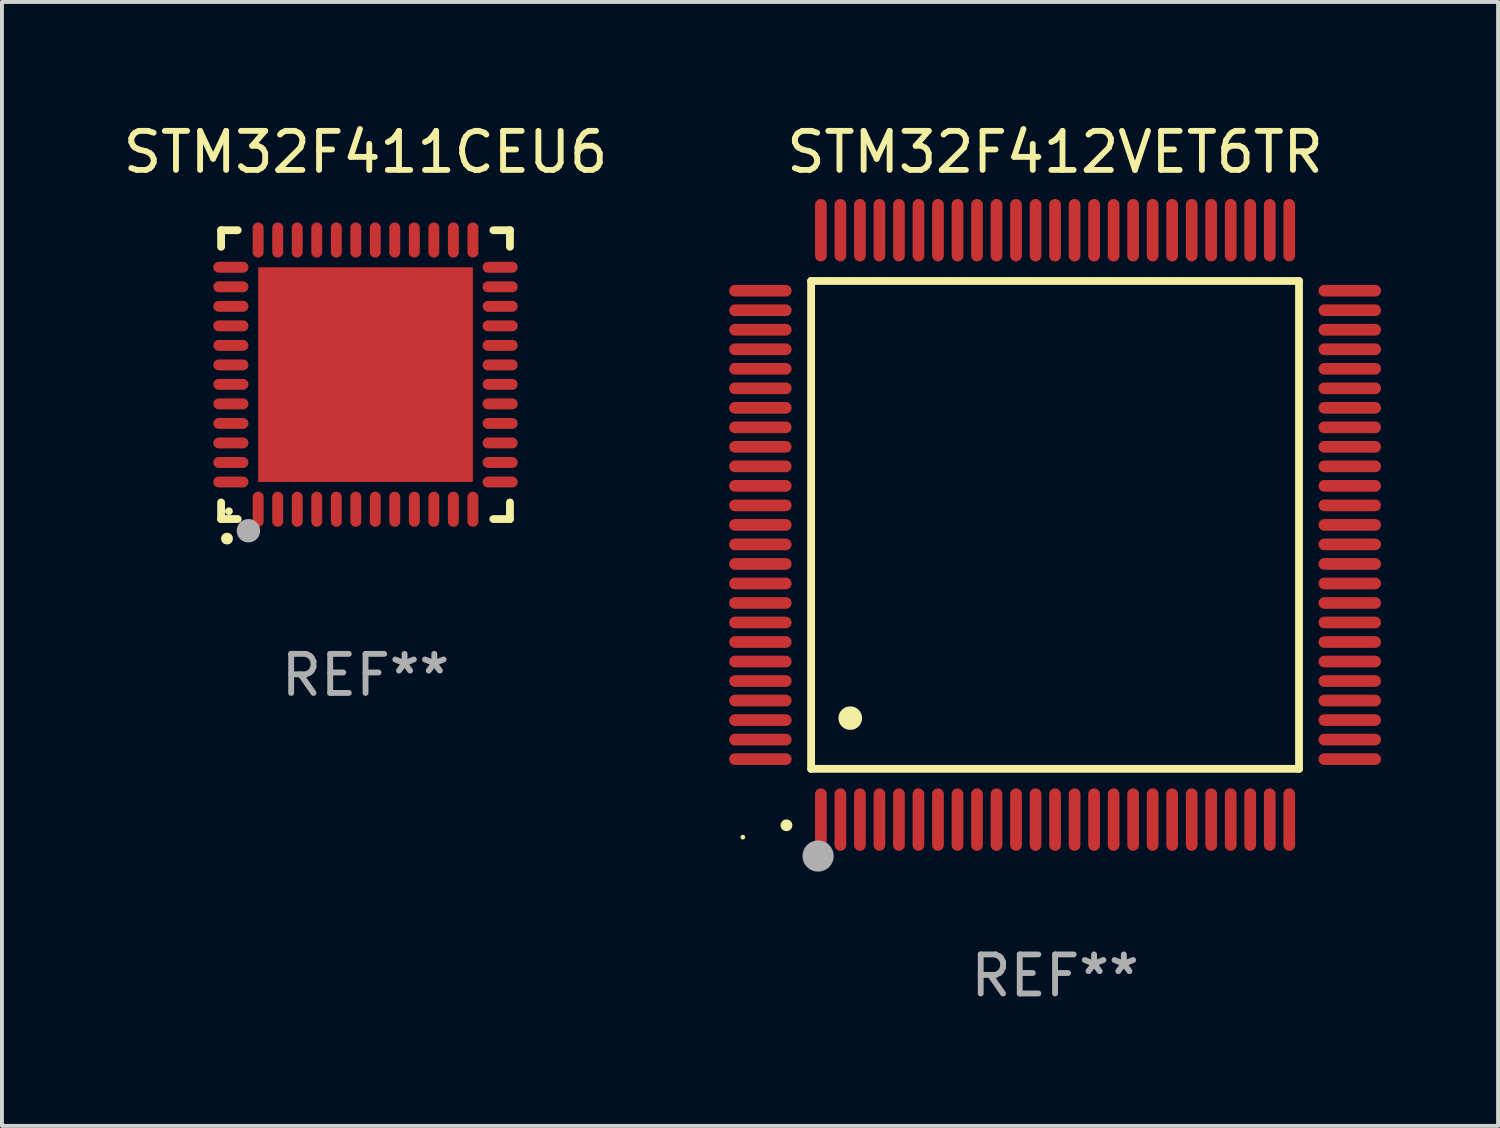
<source format=kicad_pcb>
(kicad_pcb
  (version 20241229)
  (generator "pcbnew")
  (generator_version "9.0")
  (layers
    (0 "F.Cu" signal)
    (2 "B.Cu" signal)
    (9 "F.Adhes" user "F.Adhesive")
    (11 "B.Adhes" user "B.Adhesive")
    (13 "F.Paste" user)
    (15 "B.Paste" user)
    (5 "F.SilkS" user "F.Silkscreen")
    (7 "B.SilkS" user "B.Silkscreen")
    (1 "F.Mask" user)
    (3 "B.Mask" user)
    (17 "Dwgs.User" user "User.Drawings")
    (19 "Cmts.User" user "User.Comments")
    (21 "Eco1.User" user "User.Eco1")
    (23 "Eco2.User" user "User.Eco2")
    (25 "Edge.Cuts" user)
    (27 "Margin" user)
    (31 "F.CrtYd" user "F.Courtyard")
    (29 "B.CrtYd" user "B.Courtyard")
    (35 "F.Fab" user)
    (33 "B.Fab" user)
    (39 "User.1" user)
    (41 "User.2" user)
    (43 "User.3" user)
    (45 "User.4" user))
  (footprint "STM32F412VET6TR"
    (layer "F.Cu")
    (at 23.981 10.398)
    (property "Reference" "STM32F412VET6TR" (at 0 -9.55 0) (layer "F.SilkS") (effects (font (size 1 1) (thickness 0.15))))
    (attr through_hole)
    (fp_line (start -6.25 -6.25) (end -6.25 6.25) (stroke (width 0.2) (type solid)) (layer "F.SilkS"))
    (fp_line (start -6.25 6.25) (end 6.25 6.25) (stroke (width 0.2) (type solid)) (layer "F.SilkS"))
    (fp_line (start 6.25 -6.25) (end -6.25 -6.25) (stroke (width 0.2) (type solid)) (layer "F.SilkS"))
    (fp_line (start 6.25 6.25) (end 6.25 -6.25) (stroke (width 0.2) (type solid)) (layer "F.SilkS"))
    (fp_arc (start -6.883414 7.696215) (mid -6.882144 7.69621) (end -6.880874 7.696215) (stroke (width 0.3) (type solid)) (layer "F.SilkS"))
    (fp_arc (start -5.250191 4.95047) (mid -5.247651 4.950459) (end -5.245111 4.95047) (stroke (width 0.6) (type solid)) (layer "F.SilkS"))
    (fp_circle (center -8 8) (end -7.97 8) (stroke (width 0.06) (type solid)) (fill no) (layer "F.SilkS"))
    (fp_circle (center -6.071 8.484) (end -5.871 8.484) (stroke (width 0.4) (type solid)) (fill no) (layer "F.Fab"))
    (fp_text user "REF**" (at 0 11.55 0) (layer "F.Fab") (effects (font (size 1 1) (thickness 0.15))))
    (pad "1" smd oval (at -6 7.55) (size 0.3 1.6) (layers "F.Cu" "F.Mask" "F.Paste"))
    (pad "2" smd oval (at -5.5 7.55) (size 0.3 1.6) (layers "F.Cu" "F.Mask" "F.Paste"))
    (pad "3" smd oval (at -5 7.55) (size 0.3 1.6) (layers "F.Cu" "F.Mask" "F.Paste"))
    (pad "4" smd oval (at -4.5 7.55) (size 0.3 1.6) (layers "F.Cu" "F.Mask" "F.Paste"))
    (pad "5" smd oval (at -4 7.55) (size 0.3 1.6) (layers "F.Cu" "F.Mask" "F.Paste"))
    (pad "6" smd oval (at -3.5 7.55) (size 0.3 1.6) (layers "F.Cu" "F.Mask" "F.Paste"))
    (pad "7" smd oval (at -3 7.55) (size 0.3 1.6) (layers "F.Cu" "F.Mask" "F.Paste"))
    (pad "8" smd oval (at -2.5 7.55) (size 0.3 1.6) (layers "F.Cu" "F.Mask" "F.Paste"))
    (pad "9" smd oval (at -2 7.55) (size 0.3 1.6) (layers "F.Cu" "F.Mask" "F.Paste"))
    (pad "10" smd oval (at -1.5 7.55) (size 0.3 1.6) (layers "F.Cu" "F.Mask" "F.Paste"))
    (pad "11" smd oval (at -1 7.55) (size 0.3 1.6) (layers "F.Cu" "F.Mask" "F.Paste"))
    (pad "12" smd oval (at -0.5 7.55) (size 0.3 1.6) (layers "F.Cu" "F.Mask" "F.Paste"))
    (pad "13" smd oval (at 0 7.55) (size 0.3 1.6) (layers "F.Cu" "F.Mask" "F.Paste"))
    (pad "14" smd oval (at 0.5 7.55) (size 0.3 1.6) (layers "F.Cu" "F.Mask" "F.Paste"))
    (pad "15" smd oval (at 1 7.55) (size 0.3 1.6) (layers "F.Cu" "F.Mask" "F.Paste"))
    (pad "16" smd oval (at 1.5 7.55) (size 0.3 1.6) (layers "F.Cu" "F.Mask" "F.Paste"))
    (pad "17" smd oval (at 2 7.55) (size 0.3 1.6) (layers "F.Cu" "F.Mask" "F.Paste"))
    (pad "18" smd oval (at 2.5 7.55) (size 0.3 1.6) (layers "F.Cu" "F.Mask" "F.Paste"))
    (pad "19" smd oval (at 3 7.55) (size 0.3 1.6) (layers "F.Cu" "F.Mask" "F.Paste"))
    (pad "20" smd oval (at 3.5 7.55) (size 0.3 1.6) (layers "F.Cu" "F.Mask" "F.Paste"))
    (pad "21" smd oval (at 4 7.55) (size 0.3 1.6) (layers "F.Cu" "F.Mask" "F.Paste"))
    (pad "22" smd oval (at 4.5 7.55) (size 0.3 1.6) (layers "F.Cu" "F.Mask" "F.Paste"))
    (pad "23" smd oval (at 5 7.55) (size 0.3 1.6) (layers "F.Cu" "F.Mask" "F.Paste"))
    (pad "24" smd oval (at 5.5 7.55) (size 0.3 1.6) (layers "F.Cu" "F.Mask" "F.Paste"))
    (pad "25" smd oval (at 6 7.55) (size 0.3 1.6) (layers "F.Cu" "F.Mask" "F.Paste"))
    (pad "26" smd oval (at 7.55 6) (size 1.6 0.3) (layers "F.Cu" "F.Mask" "F.Paste"))
    (pad "27" smd oval (at 7.55 5.5) (size 1.6 0.3) (layers "F.Cu" "F.Mask" "F.Paste"))
    (pad "28" smd oval (at 7.55 5) (size 1.6 0.3) (layers "F.Cu" "F.Mask" "F.Paste"))
    (pad "29" smd oval (at 7.55 4.5) (size 1.6 0.3) (layers "F.Cu" "F.Mask" "F.Paste"))
    (pad "30" smd oval (at 7.55 4) (size 1.6 0.3) (layers "F.Cu" "F.Mask" "F.Paste"))
    (pad "31" smd oval (at 7.55 3.5) (size 1.6 0.3) (layers "F.Cu" "F.Mask" "F.Paste"))
    (pad "32" smd oval (at 7.55 3) (size 1.6 0.3) (layers "F.Cu" "F.Mask" "F.Paste"))
    (pad "33" smd oval (at 7.55 2.5) (size 1.6 0.3) (layers "F.Cu" "F.Mask" "F.Paste"))
    (pad "34" smd oval (at 7.55 2) (size 1.6 0.3) (layers "F.Cu" "F.Mask" "F.Paste"))
    (pad "35" smd oval (at 7.55 1.5) (size 1.6 0.3) (layers "F.Cu" "F.Mask" "F.Paste"))
    (pad "36" smd oval (at 7.55 1) (size 1.6 0.3) (layers "F.Cu" "F.Mask" "F.Paste"))
    (pad "37" smd oval (at 7.55 0.5) (size 1.6 0.3) (layers "F.Cu" "F.Mask" "F.Paste"))
    (pad "38" smd oval (at 7.55 0) (size 1.6 0.3) (layers "F.Cu" "F.Mask" "F.Paste"))
    (pad "39" smd oval (at 7.55 -0.5) (size 1.6 0.3) (layers "F.Cu" "F.Mask" "F.Paste"))
    (pad "40" smd oval (at 7.55 -1) (size 1.6 0.3) (layers "F.Cu" "F.Mask" "F.Paste"))
    (pad "41" smd oval (at 7.55 -1.5) (size 1.6 0.3) (layers "F.Cu" "F.Mask" "F.Paste"))
    (pad "42" smd oval (at 7.55 -2) (size 1.6 0.3) (layers "F.Cu" "F.Mask" "F.Paste"))
    (pad "43" smd oval (at 7.55 -2.5) (size 1.6 0.3) (layers "F.Cu" "F.Mask" "F.Paste"))
    (pad "44" smd oval (at 7.55 -3) (size 1.6 0.3) (layers "F.Cu" "F.Mask" "F.Paste"))
    (pad "45" smd oval (at 7.55 -3.5) (size 1.6 0.3) (layers "F.Cu" "F.Mask" "F.Paste"))
    (pad "46" smd oval (at 7.55 -4) (size 1.6 0.3) (layers "F.Cu" "F.Mask" "F.Paste"))
    (pad "47" smd oval (at 7.55 -4.5) (size 1.6 0.3) (layers "F.Cu" "F.Mask" "F.Paste"))
    (pad "48" smd oval (at 7.55 -5) (size 1.6 0.3) (layers "F.Cu" "F.Mask" "F.Paste"))
    (pad "49" smd oval (at 7.55 -5.5) (size 1.6 0.3) (layers "F.Cu" "F.Mask" "F.Paste"))
    (pad "50" smd oval (at 7.55 -6) (size 1.6 0.3) (layers "F.Cu" "F.Mask" "F.Paste"))
    (pad "51" smd oval (at 6 -7.55) (size 0.3 1.6) (layers "F.Cu" "F.Mask" "F.Paste"))
    (pad "52" smd oval (at 5.5 -7.55) (size 0.3 1.6) (layers "F.Cu" "F.Mask" "F.Paste"))
    (pad "53" smd oval (at 5 -7.55) (size 0.3 1.6) (layers "F.Cu" "F.Mask" "F.Paste"))
    (pad "54" smd oval (at 4.5 -7.55) (size 0.3 1.6) (layers "F.Cu" "F.Mask" "F.Paste"))
    (pad "55" smd oval (at 4 -7.55) (size 0.3 1.6) (layers "F.Cu" "F.Mask" "F.Paste"))
    (pad "56" smd oval (at 3.5 -7.55) (size 0.3 1.6) (layers "F.Cu" "F.Mask" "F.Paste"))
    (pad "57" smd oval (at 3 -7.55) (size 0.3 1.6) (layers "F.Cu" "F.Mask" "F.Paste"))
    (pad "58" smd oval (at 2.5 -7.55) (size 0.3 1.6) (layers "F.Cu" "F.Mask" "F.Paste"))
    (pad "59" smd oval (at 2 -7.55) (size 0.3 1.6) (layers "F.Cu" "F.Mask" "F.Paste"))
    (pad "60" smd oval (at 1.5 -7.55) (size 0.3 1.6) (layers "F.Cu" "F.Mask" "F.Paste"))
    (pad "61" smd oval (at 1 -7.55) (size 0.3 1.6) (layers "F.Cu" "F.Mask" "F.Paste"))
    (pad "62" smd oval (at 0.5 -7.55) (size 0.3 1.6) (layers "F.Cu" "F.Mask" "F.Paste"))
    (pad "63" smd oval (at 0 -7.55) (size 0.3 1.6) (layers "F.Cu" "F.Mask" "F.Paste"))
    (pad "64" smd oval (at -0.5 -7.55) (size 0.3 1.6) (layers "F.Cu" "F.Mask" "F.Paste"))
    (pad "65" smd oval (at -1 -7.55) (size 0.3 1.6) (layers "F.Cu" "F.Mask" "F.Paste"))
    (pad "66" smd oval (at -1.5 -7.55) (size 0.3 1.6) (layers "F.Cu" "F.Mask" "F.Paste"))
    (pad "67" smd oval (at -2 -7.55) (size 0.3 1.6) (layers "F.Cu" "F.Mask" "F.Paste"))
    (pad "68" smd oval (at -2.5 -7.55) (size 0.3 1.6) (layers "F.Cu" "F.Mask" "F.Paste"))
    (pad "69" smd oval (at -3 -7.55) (size 0.3 1.6) (layers "F.Cu" "F.Mask" "F.Paste"))
    (pad "70" smd oval (at -3.5 -7.55) (size 0.3 1.6) (layers "F.Cu" "F.Mask" "F.Paste"))
    (pad "71" smd oval (at -4 -7.55) (size 0.3 1.6) (layers "F.Cu" "F.Mask" "F.Paste"))
    (pad "72" smd oval (at -4.5 -7.55) (size 0.3 1.6) (layers "F.Cu" "F.Mask" "F.Paste"))
    (pad "73" smd oval (at -5 -7.55) (size 0.3 1.6) (layers "F.Cu" "F.Mask" "F.Paste"))
    (pad "74" smd oval (at -5.5 -7.55) (size 0.3 1.6) (layers "F.Cu" "F.Mask" "F.Paste"))
    (pad "75" smd oval (at -6 -7.55) (size 0.3 1.6) (layers "F.Cu" "F.Mask" "F.Paste"))
    (pad "76" smd oval (at -7.55 -6) (size 1.6 0.3) (layers "F.Cu" "F.Mask" "F.Paste"))
    (pad "77" smd oval (at -7.55 -5.5) (size 1.6 0.3) (layers "F.Cu" "F.Mask" "F.Paste"))
    (pad "78" smd oval (at -7.55 -5) (size 1.6 0.3) (layers "F.Cu" "F.Mask" "F.Paste"))
    (pad "79" smd oval (at -7.55 -4.5) (size 1.6 0.3) (layers "F.Cu" "F.Mask" "F.Paste"))
    (pad "80" smd oval (at -7.55 -4) (size 1.6 0.3) (layers "F.Cu" "F.Mask" "F.Paste"))
    (pad "81" smd oval (at -7.55 -3.5) (size 1.6 0.3) (layers "F.Cu" "F.Mask" "F.Paste"))
    (pad "82" smd oval (at -7.55 -3) (size 1.6 0.3) (layers "F.Cu" "F.Mask" "F.Paste"))
    (pad "83" smd oval (at -7.55 -2.5) (size 1.6 0.3) (layers "F.Cu" "F.Mask" "F.Paste"))
    (pad "84" smd oval (at -7.55 -2) (size 1.6 0.3) (layers "F.Cu" "F.Mask" "F.Paste"))
    (pad "85" smd oval (at -7.55 -1.5) (size 1.6 0.3) (layers "F.Cu" "F.Mask" "F.Paste"))
    (pad "86" smd oval (at -7.55 -1) (size 1.6 0.3) (layers "F.Cu" "F.Mask" "F.Paste"))
    (pad "87" smd oval (at -7.55 -0.5) (size 1.6 0.3) (layers "F.Cu" "F.Mask" "F.Paste"))
    (pad "88" smd oval (at -7.55 0) (size 1.6 0.3) (layers "F.Cu" "F.Mask" "F.Paste"))
    (pad "89" smd oval (at -7.55 0.5) (size 1.6 0.3) (layers "F.Cu" "F.Mask" "F.Paste"))
    (pad "90" smd oval (at -7.55 1) (size 1.6 0.3) (layers "F.Cu" "F.Mask" "F.Paste"))
    (pad "91" smd oval (at -7.55 1.5) (size 1.6 0.3) (layers "F.Cu" "F.Mask" "F.Paste"))
    (pad "92" smd oval (at -7.55 2) (size 1.6 0.3) (layers "F.Cu" "F.Mask" "F.Paste"))
    (pad "93" smd oval (at -7.55 2.5) (size 1.6 0.3) (layers "F.Cu" "F.Mask" "F.Paste"))
    (pad "94" smd oval (at -7.55 3) (size 1.6 0.3) (layers "F.Cu" "F.Mask" "F.Paste"))
    (pad "95" smd oval (at -7.55 3.5) (size 1.6 0.3) (layers "F.Cu" "F.Mask" "F.Paste"))
    (pad "96" smd oval (at -7.55 4) (size 1.6 0.3) (layers "F.Cu" "F.Mask" "F.Paste"))
    (pad "97" smd oval (at -7.55 4.5) (size 1.6 0.3) (layers "F.Cu" "F.Mask" "F.Paste"))
    (pad "98" smd oval (at -7.55 5) (size 1.6 0.3) (layers "F.Cu" "F.Mask" "F.Paste"))
    (pad "99" smd oval (at -7.55 5.5) (size 1.6 0.3) (layers "F.Cu" "F.Mask" "F.Paste"))
    (pad "100" smd oval (at -7.55 6) (size 1.6 0.3) (layers "F.Cu" "F.Mask" "F.Paste")))
  (footprint "STM32F411CEU6"
    (layer "F.Cu")
    (at 6.315 6.548)
    (property "Reference" "STM32F411CEU6" (at 0 -5.7 0) (layer "F.SilkS") (effects (font (size 1 1) (thickness 0.15))))
    (attr through_hole)
    (fp_line (start -3.7 -3.7) (end -3.275 -3.7) (stroke (width 0.2) (type solid)) (layer "F.SilkS"))
    (fp_line (start -3.7 -3.275) (end -3.7 -3.7) (stroke (width 0.2) (type solid)) (layer "F.SilkS"))
    (fp_line (start -3.7 3.7) (end -3.7 3.275) (stroke (width 0.2) (type solid)) (layer "F.SilkS"))
    (fp_line (start -3.275 3.7) (end -3.7 3.7) (stroke (width 0.2) (type solid)) (layer "F.SilkS"))
    (fp_line (start 3.7 -3.7) (end 3.275 -3.7) (stroke (width 0.2) (type solid)) (layer "F.SilkS"))
    (fp_line (start 3.7 -3.275) (end 3.7 -3.7) (stroke (width 0.2) (type solid)) (layer "F.SilkS"))
    (fp_line (start 3.7 3.275) (end 3.7 3.7) (stroke (width 0.2) (type solid)) (layer "F.SilkS"))
    (fp_line (start 3.7 3.7) (end 3.275 3.7) (stroke (width 0.2) (type solid)) (layer "F.SilkS"))
    (fp_arc (start -3.550927 4.201168) (mid -3.549657 4.201163) (end -3.548387 4.201168) (stroke (width 0.3) (type solid)) (layer "F.SilkS"))
    (fp_circle (center -3.5 3.5) (end -3.45 3.5) (stroke (width 0.1) (type solid)) (fill no) (layer "F.SilkS"))
    (fp_circle (center -3 4) (end -2.85 4) (stroke (width 0.3) (type solid)) (fill no) (layer "F.Fab"))
    (fp_text user "REF**" (at 0 7.7 0) (layer "F.Fab") (effects (font (size 1 1) (thickness 0.15))))
    (pad "1" smd oval (at -2.751 3.449) (size 0.28 0.9) (layers "F.Cu" "F.Mask" "F.Paste"))
    (pad "2" smd oval (at -2.25 3.449) (size 0.28 0.9) (layers "F.Cu" "F.Mask" "F.Paste"))
    (pad "3" smd oval (at -1.75 3.449) (size 0.28 0.9) (layers "F.Cu" "F.Mask" "F.Paste"))
    (pad "4" smd oval (at -1.25 3.449) (size 0.28 0.9) (layers "F.Cu" "F.Mask" "F.Paste"))
    (pad "5" smd oval (at -0.749 3.449) (size 0.28 0.9) (layers "F.Cu" "F.Mask" "F.Paste"))
    (pad "6" smd oval (at -0.249 3.449) (size 0.28 0.9) (layers "F.Cu" "F.Mask" "F.Paste"))
    (pad "7" smd oval (at 0.249 3.449) (size 0.28 0.9) (layers "F.Cu" "F.Mask" "F.Paste"))
    (pad "8" smd oval (at 0.749 3.449) (size 0.28 0.9) (layers "F.Cu" "F.Mask" "F.Paste"))
    (pad "9" smd oval (at 1.25 3.449) (size 0.28 0.9) (layers "F.Cu" "F.Mask" "F.Paste"))
    (pad "10" smd oval (at 1.75 3.449) (size 0.28 0.9) (layers "F.Cu" "F.Mask" "F.Paste"))
    (pad "11" smd oval (at 2.251 3.449) (size 0.28 0.9) (layers "F.Cu" "F.Mask" "F.Paste"))
    (pad "12" smd oval (at 2.751 3.449) (size 0.28 0.9) (layers "F.Cu" "F.Mask" "F.Paste"))
    (pad "13" smd oval (at 3.449 2.751) (size 0.9 0.28) (layers "F.Cu" "F.Mask" "F.Paste"))
    (pad "14" smd oval (at 3.449 2.251) (size 0.9 0.28) (layers "F.Cu" "F.Mask" "F.Paste"))
    (pad "15" smd oval (at 3.449 1.75) (size 0.9 0.28) (layers "F.Cu" "F.Mask" "F.Paste"))
    (pad "16" smd oval (at 3.449 1.25) (size 0.9 0.28) (layers "F.Cu" "F.Mask" "F.Paste"))
    (pad "17" smd oval (at 3.449 0.749) (size 0.9 0.28) (layers "F.Cu" "F.Mask" "F.Paste"))
    (pad "18" smd oval (at 3.449 0.249) (size 0.9 0.28) (layers "F.Cu" "F.Mask" "F.Paste"))
    (pad "19" smd oval (at 3.449 -0.249) (size 0.9 0.28) (layers "F.Cu" "F.Mask" "F.Paste"))
    (pad "20" smd oval (at 3.449 -0.749) (size 0.9 0.28) (layers "F.Cu" "F.Mask" "F.Paste"))
    (pad "21" smd oval (at 3.449 -1.25) (size 0.9 0.28) (layers "F.Cu" "F.Mask" "F.Paste"))
    (pad "22" smd oval (at 3.449 -1.75) (size 0.9 0.28) (layers "F.Cu" "F.Mask" "F.Paste"))
    (pad "23" smd oval (at 3.449 -2.25) (size 0.9 0.28) (layers "F.Cu" "F.Mask" "F.Paste"))
    (pad "24" smd oval (at 3.449 -2.751) (size 0.9 0.28) (layers "F.Cu" "F.Mask" "F.Paste"))
    (pad "25" smd oval (at 2.751 -3.449) (size 0.28 0.9) (layers "F.Cu" "F.Mask" "F.Paste"))
    (pad "26" smd oval (at 2.251 -3.449) (size 0.28 0.9) (layers "F.Cu" "F.Mask" "F.Paste"))
    (pad "27" smd oval (at 1.75 -3.449) (size 0.28 0.9) (layers "F.Cu" "F.Mask" "F.Paste"))
    (pad "28" smd oval (at 1.25 -3.449) (size 0.28 0.9) (layers "F.Cu" "F.Mask" "F.Paste"))
    (pad "29" smd oval (at 0.749 -3.449) (size 0.28 0.9) (layers "F.Cu" "F.Mask" "F.Paste"))
    (pad "30" smd oval (at 0.249 -3.449) (size 0.28 0.9) (layers "F.Cu" "F.Mask" "F.Paste"))
    (pad "31" smd oval (at -0.249 -3.449) (size 0.28 0.9) (layers "F.Cu" "F.Mask" "F.Paste"))
    (pad "32" smd oval (at -0.749 -3.449) (size 0.28 0.9) (layers "F.Cu" "F.Mask" "F.Paste"))
    (pad "33" smd oval (at -1.25 -3.449) (size 0.28 0.9) (layers "F.Cu" "F.Mask" "F.Paste"))
    (pad "34" smd oval (at -1.75 -3.449) (size 0.28 0.9) (layers "F.Cu" "F.Mask" "F.Paste"))
    (pad "35" smd oval (at -2.25 -3.449) (size 0.28 0.9) (layers "F.Cu" "F.Mask" "F.Paste"))
    (pad "36" smd oval (at -2.751 -3.449) (size 0.28 0.9) (layers "F.Cu" "F.Mask" "F.Paste"))
    (pad "37" smd oval (at -3.449 -2.751) (size 0.9 0.28) (layers "F.Cu" "F.Mask" "F.Paste"))
    (pad "38" smd oval (at -3.449 -2.25) (size 0.9 0.28) (layers "F.Cu" "F.Mask" "F.Paste"))
    (pad "39" smd oval (at -3.449 -1.75) (size 0.9 0.28) (layers "F.Cu" "F.Mask" "F.Paste"))
    (pad "40" smd oval (at -3.449 -1.25) (size 0.9 0.28) (layers "F.Cu" "F.Mask" "F.Paste"))
    (pad "41" smd oval (at -3.449 -0.749) (size 0.9 0.28) (layers "F.Cu" "F.Mask" "F.Paste"))
    (pad "42" smd oval (at -3.449 -0.249) (size 0.9 0.28) (layers "F.Cu" "F.Mask" "F.Paste"))
    (pad "43" smd oval (at -3.449 0.249) (size 0.9 0.28) (layers "F.Cu" "F.Mask" "F.Paste"))
    (pad "44" smd oval (at -3.449 0.749) (size 0.9 0.28) (layers "F.Cu" "F.Mask" "F.Paste"))
    (pad "45" smd oval (at -3.449 1.25) (size 0.9 0.28) (layers "F.Cu" "F.Mask" "F.Paste"))
    (pad "46" smd oval (at -3.449 1.75) (size 0.9 0.28) (layers "F.Cu" "F.Mask" "F.Paste"))
    (pad "47" smd oval (at -3.449 2.251) (size 0.9 0.28) (layers "F.Cu" "F.Mask" "F.Paste"))
    (pad "48" smd oval (at -3.449 2.751) (size 0.9 0.28) (layers "F.Cu" "F.Mask" "F.Paste"))
    (pad "49" smd rect (at 0.000076 0.000076) (size 5.5 5.5) (layers "F.Cu" "F.Mask" "F.Paste")))
  (gr_rect
    (start -3 -3)
    (end 35.331 25.796)
    (stroke (width 0.1) (type default))
    (fill no)
    (layer "Edge.Cuts")))
</source>
